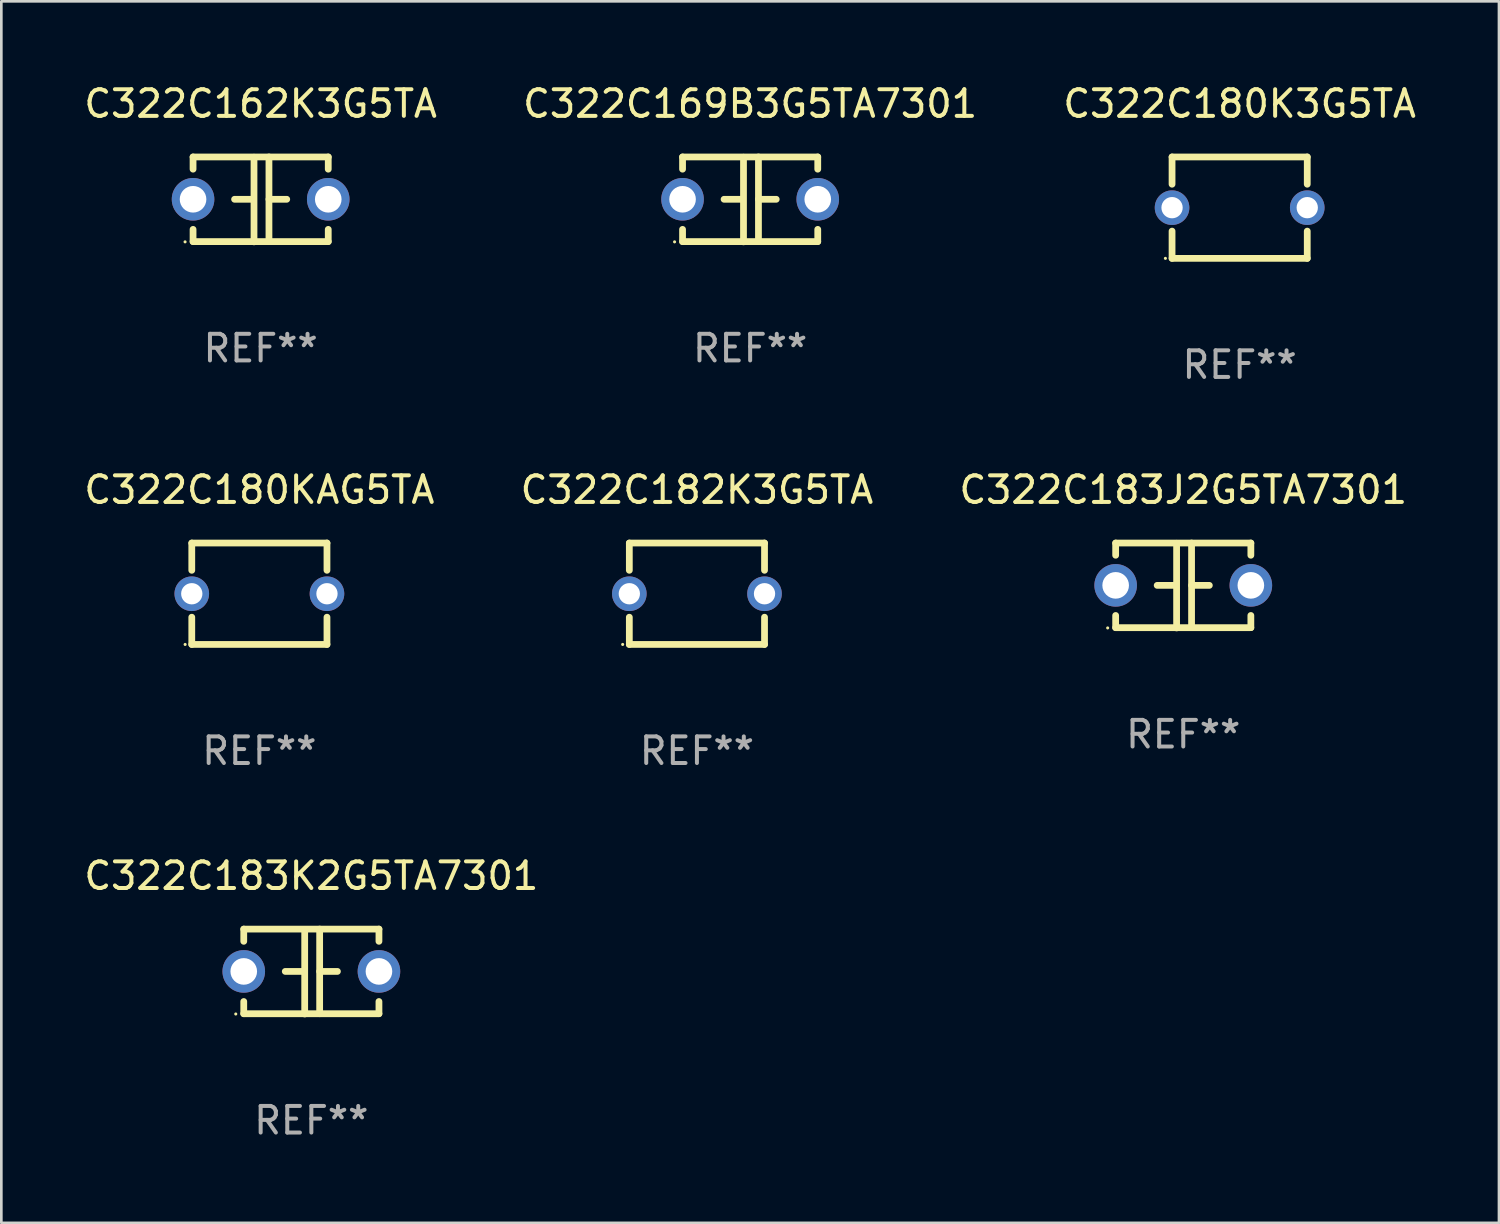
<source format=kicad_pcb>
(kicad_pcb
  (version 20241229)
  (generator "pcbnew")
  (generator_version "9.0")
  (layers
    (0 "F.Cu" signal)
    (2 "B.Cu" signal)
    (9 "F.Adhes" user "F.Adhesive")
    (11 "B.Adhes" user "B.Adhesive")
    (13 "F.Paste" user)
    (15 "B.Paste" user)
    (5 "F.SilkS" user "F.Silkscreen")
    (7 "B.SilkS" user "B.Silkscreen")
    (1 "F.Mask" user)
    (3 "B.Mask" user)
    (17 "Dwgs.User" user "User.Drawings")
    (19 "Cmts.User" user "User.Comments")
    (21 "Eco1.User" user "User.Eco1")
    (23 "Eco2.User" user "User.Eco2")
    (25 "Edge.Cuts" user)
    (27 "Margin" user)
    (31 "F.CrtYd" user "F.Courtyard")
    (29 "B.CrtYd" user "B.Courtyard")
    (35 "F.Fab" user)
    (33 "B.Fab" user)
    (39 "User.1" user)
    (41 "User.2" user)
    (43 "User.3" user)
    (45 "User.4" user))
  (footprint "C322C182K3G5TA"
    (layer "F.Cu")
    (at 23.137 19.26)
    (property "Reference" "C322C182K3G5TA" (at 0 -3.905 0) (layer "F.SilkS") (effects (font (size 1 1) (thickness 0.15))))
    (attr through_hole)
    (fp_line (start -2.54 -1.905) (end -2.54 -0.881) (stroke (width 0.254) (type solid)) (layer "F.SilkS"))
    (fp_line (start -2.54 0.881) (end -2.54 1.905) (stroke (width 0.254) (type solid)) (layer "F.SilkS"))
    (fp_line (start -2.54 1.905) (end 2.54 1.905) (stroke (width 0.254) (type solid)) (layer "F.SilkS"))
    (fp_line (start 2.54 -1.905) (end -2.54 -1.905) (stroke (width 0.254) (type solid)) (layer "F.SilkS"))
    (fp_line (start 2.54 -0.881) (end 2.54 -1.905) (stroke (width 0.254) (type solid)) (layer "F.SilkS"))
    (fp_line (start 2.54 1.905) (end 2.54 0.881) (stroke (width 0.254) (type solid)) (layer "F.SilkS"))
    (fp_circle (center -2.79 1.905) (end -2.76 1.905) (stroke (width 0.06) (type solid)) (fill no) (layer "F.SilkS"))
    (fp_text user "REF**" (at 0 5.905 0) (layer "F.Fab") (effects (font (size 1 1) (thickness 0.15))))
    (pad "1" thru_hole circle (at -2.54 0) (size 1.3 1.3) (drill 0.8) (layers "*.Cu" "*.Mask"))
    (pad "2" thru_hole circle (at 2.54 0) (size 1.3 1.3) (drill 0.8) (layers "*.Cu" "*.Mask")))
  (footprint "C322C162K3G5TA"
    (layer "F.Cu")
    (at 6.744 4.443)
    (property "Reference" "C322C162K3G5TA" (at 0 -3.595 0) (layer "F.SilkS") (effects (font (size 1 1) (thickness 0.15))))
    (attr through_hole)
    (fp_line (start -2.54 -1.595) (end -2.54 -1.136) (stroke (width 0.254) (type solid)) (layer "F.SilkS"))
    (fp_line (start -2.54 -1.595) (end 2.54 -1.595) (stroke (width 0.254) (type solid)) (layer "F.SilkS"))
    (fp_line (start -2.54 1.126) (end -2.54 1.585) (stroke (width 0.254) (type solid)) (layer "F.SilkS"))
    (fp_line (start -0.312 -0.005) (end -0.98 -0.005) (stroke (width 0.254) (type solid)) (layer "F.SilkS"))
    (fp_line (start -0.25 -1.585) (end -0.25 1.595) (stroke (width 0.254) (type solid)) (layer "F.SilkS"))
    (fp_line (start 0.312 -1.595) (end 0.312 1.585) (stroke (width 0.254) (type solid)) (layer "F.SilkS"))
    (fp_line (start 0.312 -0.005) (end 0.98 -0.005) (stroke (width 0.254) (type solid)) (layer "F.SilkS"))
    (fp_line (start 2.54 -1.595) (end 2.54 -1.136) (stroke (width 0.254) (type solid)) (layer "F.SilkS"))
    (fp_line (start 2.54 1.126) (end 2.54 1.585) (stroke (width 0.254) (type solid)) (layer "F.SilkS"))
    (fp_line (start 2.54 1.585) (end -2.54 1.585) (stroke (width 0.254) (type solid)) (layer "F.SilkS"))
    (fp_circle (center -2.84 1.595) (end -2.81 1.595) (stroke (width 0.06) (type solid)) (fill no) (layer "F.SilkS"))
    (fp_text user "REF**" (at 0 5.595 0) (layer "F.Fab") (effects (font (size 1 1) (thickness 0.15))))
    (pad "1" thru_hole circle (at -2.54 -0.005) (size 1.6 1.6) (drill 1) (layers "*.Cu" "*.Mask"))
    (pad "2" thru_hole circle (at 2.54 -0.005) (size 1.6 1.6) (drill 1) (layers "*.Cu" "*.Mask")))
  (footprint "C322C180K3G5TA"
    (layer "F.Cu")
    (at 43.53 4.753)
    (property "Reference" "C322C180K3G5TA" (at 0 -3.905 0) (layer "F.SilkS") (effects (font (size 1 1) (thickness 0.15))))
    (attr through_hole)
    (fp_line (start -2.54 -1.905) (end -2.54 -0.881) (stroke (width 0.254) (type solid)) (layer "F.SilkS"))
    (fp_line (start -2.54 0.881) (end -2.54 1.905) (stroke (width 0.254) (type solid)) (layer "F.SilkS"))
    (fp_line (start -2.54 1.905) (end 2.54 1.905) (stroke (width 0.254) (type solid)) (layer "F.SilkS"))
    (fp_line (start 2.54 -1.905) (end -2.54 -1.905) (stroke (width 0.254) (type solid)) (layer "F.SilkS"))
    (fp_line (start 2.54 -0.881) (end 2.54 -1.905) (stroke (width 0.254) (type solid)) (layer "F.SilkS"))
    (fp_line (start 2.54 1.905) (end 2.54 0.881) (stroke (width 0.254) (type solid)) (layer "F.SilkS"))
    (fp_circle (center -2.79 1.905) (end -2.76 1.905) (stroke (width 0.06) (type solid)) (fill no) (layer "F.SilkS"))
    (fp_text user "REF**" (at 0 5.905 0) (layer "F.Fab") (effects (font (size 1 1) (thickness 0.15))))
    (pad "1" thru_hole circle (at -2.54 0) (size 1.3 1.3) (drill 0.8) (layers "*.Cu" "*.Mask"))
    (pad "2" thru_hole circle (at 2.54 0) (size 1.3 1.3) (drill 0.8) (layers "*.Cu" "*.Mask")))
  (footprint "C322C180KAG5TA"
    (layer "F.Cu")
    (at 6.696 19.26)
    (property "Reference" "C322C180KAG5TA" (at 0 -3.905 0) (layer "F.SilkS") (effects (font (size 1 1) (thickness 0.15))))
    (attr through_hole)
    (fp_line (start -2.54 -1.905) (end -2.54 -0.881) (stroke (width 0.254) (type solid)) (layer "F.SilkS"))
    (fp_line (start -2.54 0.881) (end -2.54 1.905) (stroke (width 0.254) (type solid)) (layer "F.SilkS"))
    (fp_line (start -2.54 1.905) (end 2.54 1.905) (stroke (width 0.254) (type solid)) (layer "F.SilkS"))
    (fp_line (start 2.54 -1.905) (end -2.54 -1.905) (stroke (width 0.254) (type solid)) (layer "F.SilkS"))
    (fp_line (start 2.54 -0.881) (end 2.54 -1.905) (stroke (width 0.254) (type solid)) (layer "F.SilkS"))
    (fp_line (start 2.54 1.905) (end 2.54 0.881) (stroke (width 0.254) (type solid)) (layer "F.SilkS"))
    (fp_circle (center -2.79 1.905) (end -2.76 1.905) (stroke (width 0.06) (type solid)) (fill no) (layer "F.SilkS"))
    (fp_text user "REF**" (at 0 5.905 0) (layer "F.Fab") (effects (font (size 1 1) (thickness 0.15))))
    (pad "1" thru_hole circle (at -2.54 0) (size 1.3 1.3) (drill 0.8) (layers "*.Cu" "*.Mask"))
    (pad "2" thru_hole circle (at 2.54 0) (size 1.3 1.3) (drill 0.8) (layers "*.Cu" "*.Mask")))
  (footprint "C322C183J2G5TA7301"
    (layer "F.Cu")
    (at 41.411 18.95)
    (property "Reference" "C322C183J2G5TA7301" (at 0 -3.595 0) (layer "F.SilkS") (effects (font (size 1 1) (thickness 0.15))))
    (attr through_hole)
    (fp_line (start -2.54 -1.595) (end -2.54 -1.136) (stroke (width 0.254) (type solid)) (layer "F.SilkS"))
    (fp_line (start -2.54 -1.595) (end 2.54 -1.595) (stroke (width 0.254) (type solid)) (layer "F.SilkS"))
    (fp_line (start -2.54 1.126) (end -2.54 1.585) (stroke (width 0.254) (type solid)) (layer "F.SilkS"))
    (fp_line (start -0.312 -0.005) (end -0.98 -0.005) (stroke (width 0.254) (type solid)) (layer "F.SilkS"))
    (fp_line (start -0.25 -1.585) (end -0.25 1.595) (stroke (width 0.254) (type solid)) (layer "F.SilkS"))
    (fp_line (start 0.312 -1.595) (end 0.312 1.585) (stroke (width 0.254) (type solid)) (layer "F.SilkS"))
    (fp_line (start 0.312 -0.005) (end 0.98 -0.005) (stroke (width 0.254) (type solid)) (layer "F.SilkS"))
    (fp_line (start 2.54 -1.595) (end 2.54 -1.136) (stroke (width 0.254) (type solid)) (layer "F.SilkS"))
    (fp_line (start 2.54 1.126) (end 2.54 1.585) (stroke (width 0.254) (type solid)) (layer "F.SilkS"))
    (fp_line (start 2.54 1.585) (end -2.54 1.585) (stroke (width 0.254) (type solid)) (layer "F.SilkS"))
    (fp_circle (center -2.84 1.595) (end -2.81 1.595) (stroke (width 0.06) (type solid)) (fill no) (layer "F.SilkS"))
    (fp_text user "REF**" (at 0 5.595 0) (layer "F.Fab") (effects (font (size 1 1) (thickness 0.15))))
    (pad "1" thru_hole circle (at -2.54 -0.005) (size 1.6 1.6) (drill 1) (layers "*.Cu" "*.Mask"))
    (pad "2" thru_hole circle (at 2.54 -0.005) (size 1.6 1.6) (drill 1) (layers "*.Cu" "*.Mask")))
  (footprint "C322C169B3G5TA7301"
    (layer "F.Cu")
    (at 25.137 4.443)
    (property "Reference" "C322C169B3G5TA7301" (at 0 -3.595 0) (layer "F.SilkS") (effects (font (size 1 1) (thickness 0.15))))
    (attr through_hole)
    (fp_line (start -2.54 -1.595) (end -2.54 -1.136) (stroke (width 0.254) (type solid)) (layer "F.SilkS"))
    (fp_line (start -2.54 -1.595) (end 2.54 -1.595) (stroke (width 0.254) (type solid)) (layer "F.SilkS"))
    (fp_line (start -2.54 1.126) (end -2.54 1.585) (stroke (width 0.254) (type solid)) (layer "F.SilkS"))
    (fp_line (start -0.312 -0.005) (end -0.98 -0.005) (stroke (width 0.254) (type solid)) (layer "F.SilkS"))
    (fp_line (start -0.25 -1.585) (end -0.25 1.595) (stroke (width 0.254) (type solid)) (layer "F.SilkS"))
    (fp_line (start 0.312 -1.595) (end 0.312 1.585) (stroke (width 0.254) (type solid)) (layer "F.SilkS"))
    (fp_line (start 0.312 -0.005) (end 0.98 -0.005) (stroke (width 0.254) (type solid)) (layer "F.SilkS"))
    (fp_line (start 2.54 -1.595) (end 2.54 -1.136) (stroke (width 0.254) (type solid)) (layer "F.SilkS"))
    (fp_line (start 2.54 1.126) (end 2.54 1.585) (stroke (width 0.254) (type solid)) (layer "F.SilkS"))
    (fp_line (start 2.54 1.585) (end -2.54 1.585) (stroke (width 0.254) (type solid)) (layer "F.SilkS"))
    (fp_circle (center -2.84 1.595) (end -2.81 1.595) (stroke (width 0.06) (type solid)) (fill no) (layer "F.SilkS"))
    (fp_text user "REF**" (at 0 5.595 0) (layer "F.Fab") (effects (font (size 1 1) (thickness 0.15))))
    (pad "1" thru_hole circle (at -2.54 -0.005) (size 1.6 1.6) (drill 1) (layers "*.Cu" "*.Mask"))
    (pad "2" thru_hole circle (at 2.54 -0.005) (size 1.6 1.6) (drill 1) (layers "*.Cu" "*.Mask")))
  (footprint "C322C183K2G5TA7301"
    (layer "F.Cu")
    (at 8.649 33.456)
    (property "Reference" "C322C183K2G5TA7301" (at 0 -3.595 0) (layer "F.SilkS") (effects (font (size 1 1) (thickness 0.15))))
    (attr through_hole)
    (fp_line (start -2.54 -1.595) (end -2.54 -1.136) (stroke (width 0.254) (type solid)) (layer "F.SilkS"))
    (fp_line (start -2.54 -1.595) (end 2.54 -1.595) (stroke (width 0.254) (type solid)) (layer "F.SilkS"))
    (fp_line (start -2.54 1.126) (end -2.54 1.585) (stroke (width 0.254) (type solid)) (layer "F.SilkS"))
    (fp_line (start -0.312 -0.005) (end -0.98 -0.005) (stroke (width 0.254) (type solid)) (layer "F.SilkS"))
    (fp_line (start -0.25 -1.585) (end -0.25 1.595) (stroke (width 0.254) (type solid)) (layer "F.SilkS"))
    (fp_line (start 0.312 -1.595) (end 0.312 1.585) (stroke (width 0.254) (type solid)) (layer "F.SilkS"))
    (fp_line (start 0.312 -0.005) (end 0.98 -0.005) (stroke (width 0.254) (type solid)) (layer "F.SilkS"))
    (fp_line (start 2.54 -1.595) (end 2.54 -1.136) (stroke (width 0.254) (type solid)) (layer "F.SilkS"))
    (fp_line (start 2.54 1.126) (end 2.54 1.585) (stroke (width 0.254) (type solid)) (layer "F.SilkS"))
    (fp_line (start 2.54 1.585) (end -2.54 1.585) (stroke (width 0.254) (type solid)) (layer "F.SilkS"))
    (fp_circle (center -2.84 1.595) (end -2.81 1.595) (stroke (width 0.06) (type solid)) (fill no) (layer "F.SilkS"))
    (fp_text user "REF**" (at 0 5.595 0) (layer "F.Fab") (effects (font (size 1 1) (thickness 0.15))))
    (pad "1" thru_hole circle (at -2.54 -0.005) (size 1.6 1.6) (drill 1) (layers "*.Cu" "*.Mask"))
    (pad "2" thru_hole circle (at 2.54 -0.005) (size 1.6 1.6) (drill 1) (layers "*.Cu" "*.Mask")))
  (gr_rect
    (start -3 -3)
    (end 53.274 42.899)
    (stroke (width 0.1) (type default))
    (fill no)
    (layer "Edge.Cuts")))
</source>
